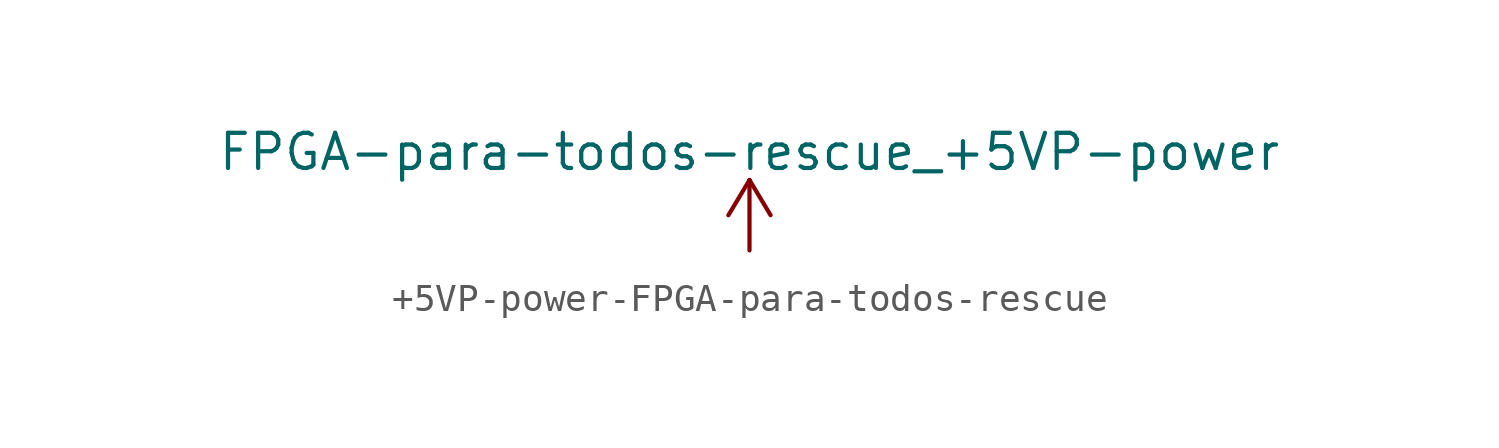
<source format=kicad_sym>
(kicad_symbol_lib
  (version 20231120)
  (generator "kicad_symbol_editor")
  (generator_version "8.0")
  (symbol "+5VP-power-FPGA-para-todos-rescue"
    (power)
    (pin_names
      (offset 0))
    (property "Reference" "#PWR"
      (at 0 -3.81 0)
      (effects (font (size 1.27 1.27)) (hide yes)))
    (property "Value" "FPGA-para-todos-rescue_+5VP-power"
      (at 0 3.556 0)
      (effects (font (size 1.27 1.27))))
    (symbol "+5VP-power-FPGA-para-todos-rescue_0_1"
      (polyline (pts (xy -0.762 1.27) (xy 0 2.54)) (stroke (width 0) (type solid)) (fill (type none)))
      (polyline (pts (xy 0 0) (xy 0 2.54)) (stroke (width 0) (type solid)) (fill (type none)))
      (polyline (pts (xy 0 2.54) (xy 0.762 1.27)) (stroke (width 0) (type solid)) (fill (type none))))
    (symbol "+5VP-power-FPGA-para-todos-rescue_1_1"
      (pin power_in line (at 0 0 90) (length 0) hide (name "+5VP" (effects (font (size 1.27 1.27)))) (number "1" (effects (font (size 1.27 1.27))))))))
</source>
